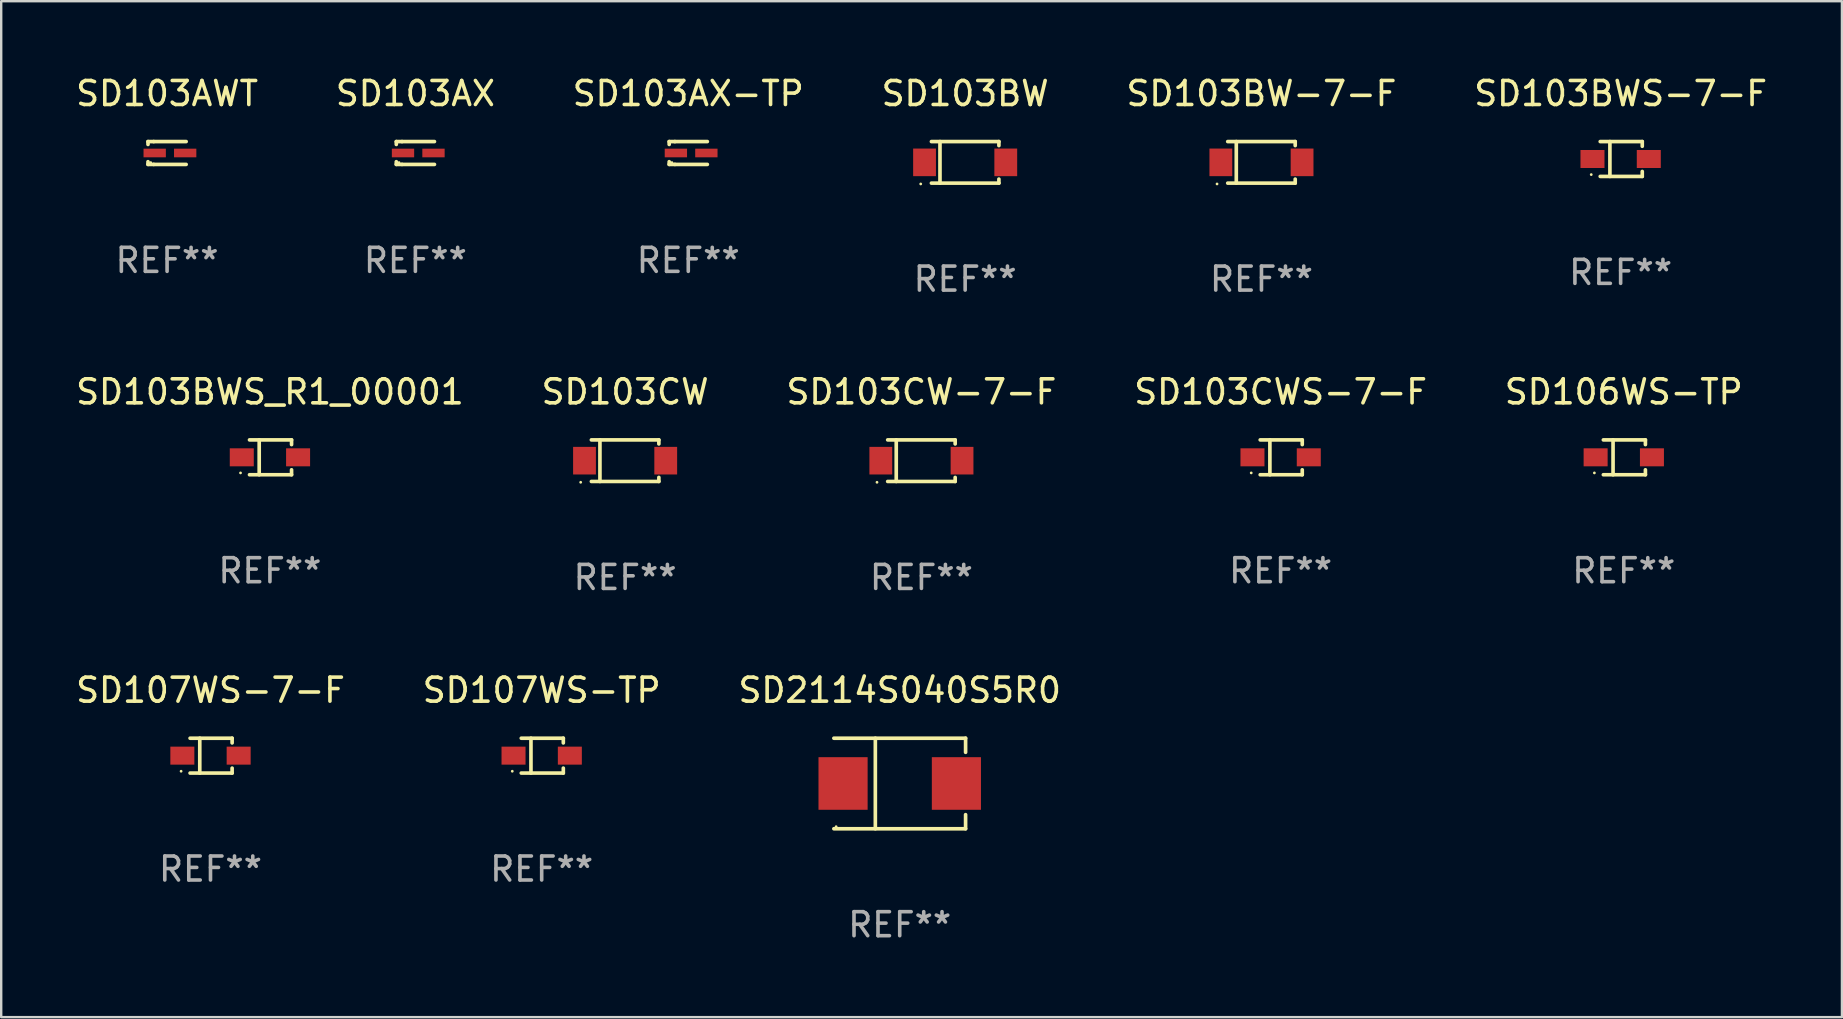
<source format=kicad_pcb>
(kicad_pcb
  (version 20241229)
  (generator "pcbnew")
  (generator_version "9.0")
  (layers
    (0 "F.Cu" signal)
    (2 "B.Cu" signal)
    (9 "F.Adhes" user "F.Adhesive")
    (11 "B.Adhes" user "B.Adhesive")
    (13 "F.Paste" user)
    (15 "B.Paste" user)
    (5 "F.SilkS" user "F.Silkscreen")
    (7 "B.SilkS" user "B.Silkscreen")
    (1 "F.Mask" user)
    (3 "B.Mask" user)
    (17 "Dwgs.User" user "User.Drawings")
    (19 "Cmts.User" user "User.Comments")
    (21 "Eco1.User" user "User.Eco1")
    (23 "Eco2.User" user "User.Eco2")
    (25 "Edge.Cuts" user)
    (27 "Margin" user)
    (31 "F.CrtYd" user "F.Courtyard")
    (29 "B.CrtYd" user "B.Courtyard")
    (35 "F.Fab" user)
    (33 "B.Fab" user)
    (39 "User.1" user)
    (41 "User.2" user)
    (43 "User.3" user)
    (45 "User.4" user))
  (footprint "SD107WS-TP"
    (layer "F.Cu")
    (at 19.518 28.432)
    (property "Reference" "SD107WS-TP" (at 0 -2.726 0) (layer "F.SilkS") (effects (font (size 1 1) (thickness 0.15))))
    (attr through_hole)
    (fp_line (start -0.851 -0.726) (end 0.901 -0.726) (stroke (width 0.152) (type solid)) (layer "F.SilkS"))
    (fp_line (start -0.851 0.726) (end 0.901 0.726) (stroke (width 0.152) (type solid)) (layer "F.SilkS"))
    (fp_line (start -0.447 -0.726) (end -0.447 0.726) (stroke (width 0.152) (type solid)) (layer "F.SilkS"))
    (fp_line (start 0.901 -0.726) (end 0.901 -0.53) (stroke (width 0.152) (type solid)) (layer "F.SilkS"))
    (fp_line (start 0.901 0.726) (end 0.901 0.52) (stroke (width 0.152) (type solid)) (layer "F.SilkS"))
    (fp_circle (center -1.225 0.65) (end -1.195 0.65) (stroke (width 0.06) (type solid)) (fill no) (layer "F.SilkS"))
    (fp_text user "REF**" (at 0 4.726 0) (layer "F.Fab") (effects (font (size 1 1) (thickness 0.15))))
    (pad "1" smd rect (at -1.173 0) (size 1 0.75) (layers "F.Cu" "F.Mask" "F.Paste"))
    (pad "2" smd rect (at 1.173 0) (size 1 0.75) (layers "F.Cu" "F.Mask" "F.Paste")))
  (footprint "SD103BWS-7-F"
    (layer "F.Cu")
    (at 64.47 3.574)
    (property "Reference" "SD103BWS-7-F" (at 0 -2.726 0) (layer "F.SilkS") (effects (font (size 1 1) (thickness 0.15))))
    (attr through_hole)
    (fp_line (start -0.851 -0.726) (end 0.901 -0.726) (stroke (width 0.152) (type solid)) (layer "F.SilkS"))
    (fp_line (start -0.851 0.726) (end 0.901 0.726) (stroke (width 0.152) (type solid)) (layer "F.SilkS"))
    (fp_line (start -0.447 -0.726) (end -0.447 0.726) (stroke (width 0.152) (type solid)) (layer "F.SilkS"))
    (fp_line (start 0.901 -0.726) (end 0.901 -0.53) (stroke (width 0.152) (type solid)) (layer "F.SilkS"))
    (fp_line (start 0.901 0.726) (end 0.901 0.52) (stroke (width 0.152) (type solid)) (layer "F.SilkS"))
    (fp_circle (center -1.225 0.65) (end -1.195 0.65) (stroke (width 0.06) (type solid)) (fill no) (layer "F.SilkS"))
    (fp_text user "REF**" (at 0 4.726 0) (layer "F.Fab") (effects (font (size 1 1) (thickness 0.15))))
    (pad "1" smd rect (at -1.173 0) (size 1 0.75) (layers "F.Cu" "F.Mask" "F.Paste"))
    (pad "2" smd rect (at 1.173 0) (size 1 0.75) (layers "F.Cu" "F.Mask" "F.Paste")))
  (footprint "SD103AWT"
    (layer "F.Cu")
    (at 3.911 3.324)
    (property "Reference" "SD103AWT" (at 0 -2.476 0) (layer "F.SilkS") (effects (font (size 1 1) (thickness 0.15))))
    (attr through_hole)
    (fp_line (start -0.795 -0.476) (end -0.795 -0.356) (stroke (width 0.152) (type solid)) (layer "F.SilkS"))
    (fp_line (start -0.795 0.363) (end -0.795 0.476) (stroke (width 0.152) (type solid)) (layer "F.SilkS"))
    (fp_line (start -0.795 0.476) (end -0.557 0.476) (stroke (width 0.152) (type solid)) (layer "F.SilkS"))
    (fp_line (start -0.557 -0.476) (end -0.795 -0.476) (stroke (width 0.152) (type solid)) (layer "F.SilkS"))
    (fp_line (start -0.557 -0.476) (end 0.795 -0.476) (stroke (width 0.152) (type solid)) (layer "F.SilkS"))
    (fp_line (start -0.557 0.476) (end 0.795 0.476) (stroke (width 0.152) (type solid)) (layer "F.SilkS"))
    (fp_circle (center -0.681 0.4) (end -0.651 0.4) (stroke (width 0.06) (type solid)) (fill no) (layer "F.SilkS"))
    (fp_text user "REF**" (at 0 4.476 0) (layer "F.Fab") (effects (font (size 1 1) (thickness 0.15))))
    (pad "1" smd rect (at -0.516 0 180) (size 0.93 0.36) (layers "F.Cu" "F.Mask" "F.Paste"))
    (pad "2" smd rect (at 0.754 0 180) (size 0.93 0.36) (layers "F.Cu" "F.Mask" "F.Paste")))
  (footprint "SD103CW-7-F"
    (layer "F.Cu")
    (at 35.339 16.143)
    (property "Reference" "SD103CW-7-F" (at 0 -2.866 0) (layer "F.SilkS") (effects (font (size 1 1) (thickness 0.15))))
    (attr through_hole)
    (fp_line (start -1.406 -0.866) (end 1.406 -0.866) (stroke (width 0.152) (type solid)) (layer "F.SilkS"))
    (fp_line (start -1.406 0.866) (end 1.406 0.866) (stroke (width 0.152) (type solid)) (layer "F.SilkS"))
    (fp_line (start -1.049 -0.866) (end -1.049 0.866) (stroke (width 0.152) (type solid)) (layer "F.SilkS"))
    (fp_line (start 1.406 -0.866) (end 1.406 -0.698) (stroke (width 0.152) (type solid)) (layer "F.SilkS"))
    (fp_line (start 1.406 0.866) (end 1.406 0.698) (stroke (width 0.152) (type solid)) (layer "F.SilkS"))
    (fp_circle (center -1.851 0.9) (end -1.821 0.9) (stroke (width 0.06) (type solid)) (fill no) (layer "F.SilkS"))
    (fp_text user "REF**" (at 0 4.866 0) (layer "F.Fab") (effects (font (size 1 1) (thickness 0.15))))
    (pad "1" smd rect (at -1.692 0) (size 0.95 1.15) (layers "F.Cu" "F.Mask" "F.Paste"))
    (pad "2" smd rect (at 1.692 0) (size 0.95 1.15) (layers "F.Cu" "F.Mask" "F.Paste")))
  (footprint "SD103CW"
    (layer "F.Cu")
    (at 22.994 16.143)
    (property "Reference" "SD103CW" (at 0 -2.866 0) (layer "F.SilkS") (effects (font (size 1 1) (thickness 0.15))))
    (attr through_hole)
    (fp_line (start -1.406 -0.866) (end 1.406 -0.866) (stroke (width 0.152) (type solid)) (layer "F.SilkS"))
    (fp_line (start -1.406 0.866) (end 1.406 0.866) (stroke (width 0.152) (type solid)) (layer "F.SilkS"))
    (fp_line (start -1.049 -0.866) (end -1.049 0.866) (stroke (width 0.152) (type solid)) (layer "F.SilkS"))
    (fp_line (start 1.406 -0.866) (end 1.406 -0.698) (stroke (width 0.152) (type solid)) (layer "F.SilkS"))
    (fp_line (start 1.406 0.866) (end 1.406 0.698) (stroke (width 0.152) (type solid)) (layer "F.SilkS"))
    (fp_circle (center -1.851 0.9) (end -1.821 0.9) (stroke (width 0.06) (type solid)) (fill no) (layer "F.SilkS"))
    (fp_text user "REF**" (at 0 4.866 0) (layer "F.Fab") (effects (font (size 1 1) (thickness 0.15))))
    (pad "1" smd rect (at -1.692 0) (size 0.95 1.15) (layers "F.Cu" "F.Mask" "F.Paste"))
    (pad "2" smd rect (at 1.692 0) (size 0.95 1.15) (layers "F.Cu" "F.Mask" "F.Paste")))
  (footprint "SD103BW-7-F"
    (layer "F.Cu")
    (at 49.506 3.714)
    (property "Reference" "SD103BW-7-F" (at 0 -2.866 0) (layer "F.SilkS") (effects (font (size 1 1) (thickness 0.15))))
    (attr through_hole)
    (fp_line (start -1.406 -0.866) (end 1.406 -0.866) (stroke (width 0.152) (type solid)) (layer "F.SilkS"))
    (fp_line (start -1.406 0.866) (end 1.406 0.866) (stroke (width 0.152) (type solid)) (layer "F.SilkS"))
    (fp_line (start -1.049 -0.866) (end -1.049 0.866) (stroke (width 0.152) (type solid)) (layer "F.SilkS"))
    (fp_line (start 1.406 -0.866) (end 1.406 -0.698) (stroke (width 0.152) (type solid)) (layer "F.SilkS"))
    (fp_line (start 1.406 0.866) (end 1.406 0.698) (stroke (width 0.152) (type solid)) (layer "F.SilkS"))
    (fp_circle (center -1.851 0.9) (end -1.821 0.9) (stroke (width 0.06) (type solid)) (fill no) (layer "F.SilkS"))
    (fp_text user "REF**" (at 0 4.866 0) (layer "F.Fab") (effects (font (size 1 1) (thickness 0.15))))
    (pad "1" smd rect (at -1.692 0) (size 0.95 1.15) (layers "F.Cu" "F.Mask" "F.Paste"))
    (pad "2" smd rect (at 1.692 0) (size 0.95 1.15) (layers "F.Cu" "F.Mask" "F.Paste")))
  (footprint "SD106WS-TP"
    (layer "F.Cu")
    (at 64.601 16.003)
    (property "Reference" "SD106WS-TP" (at 0 -2.726 0) (layer "F.SilkS") (effects (font (size 1 1) (thickness 0.15))))
    (attr through_hole)
    (fp_line (start -0.851 -0.726) (end 0.901 -0.726) (stroke (width 0.152) (type solid)) (layer "F.SilkS"))
    (fp_line (start -0.851 0.726) (end 0.901 0.726) (stroke (width 0.152) (type solid)) (layer "F.SilkS"))
    (fp_line (start -0.447 -0.726) (end -0.447 0.726) (stroke (width 0.152) (type solid)) (layer "F.SilkS"))
    (fp_line (start 0.901 -0.726) (end 0.901 -0.53) (stroke (width 0.152) (type solid)) (layer "F.SilkS"))
    (fp_line (start 0.901 0.726) (end 0.901 0.52) (stroke (width 0.152) (type solid)) (layer "F.SilkS"))
    (fp_circle (center -1.225 0.65) (end -1.195 0.65) (stroke (width 0.06) (type solid)) (fill no) (layer "F.SilkS"))
    (fp_text user "REF**" (at 0 4.726 0) (layer "F.Fab") (effects (font (size 1 1) (thickness 0.15))))
    (pad "1" smd rect (at -1.173 0) (size 1 0.75) (layers "F.Cu" "F.Mask" "F.Paste"))
    (pad "2" smd rect (at 1.173 0) (size 1 0.75) (layers "F.Cu" "F.Mask" "F.Paste")))
  (footprint "SD103BW"
    (layer "F.Cu")
    (at 37.161 3.714)
    (property "Reference" "SD103BW" (at 0 -2.866 0) (layer "F.SilkS") (effects (font (size 1 1) (thickness 0.15))))
    (attr through_hole)
    (fp_line (start -1.406 -0.866) (end 1.406 -0.866) (stroke (width 0.152) (type solid)) (layer "F.SilkS"))
    (fp_line (start -1.406 0.866) (end 1.406 0.866) (stroke (width 0.152) (type solid)) (layer "F.SilkS"))
    (fp_line (start -1.049 -0.866) (end -1.049 0.866) (stroke (width 0.152) (type solid)) (layer "F.SilkS"))
    (fp_line (start 1.406 -0.866) (end 1.406 -0.698) (stroke (width 0.152) (type solid)) (layer "F.SilkS"))
    (fp_line (start 1.406 0.866) (end 1.406 0.698) (stroke (width 0.152) (type solid)) (layer "F.SilkS"))
    (fp_circle (center -1.851 0.9) (end -1.821 0.9) (stroke (width 0.06) (type solid)) (fill no) (layer "F.SilkS"))
    (fp_text user "REF**" (at 0 4.866 0) (layer "F.Fab") (effects (font (size 1 1) (thickness 0.15))))
    (pad "1" smd rect (at -1.692 0) (size 0.95 1.15) (layers "F.Cu" "F.Mask" "F.Paste"))
    (pad "2" smd rect (at 1.692 0) (size 0.95 1.15) (layers "F.Cu" "F.Mask" "F.Paste")))
  (footprint "SD103BWS_R1_00001"
    (layer "F.Cu")
    (at 8.196 16.003)
    (property "Reference" "SD103BWS_R1_00001" (at 0 -2.726 0) (layer "F.SilkS") (effects (font (size 1 1) (thickness 0.15))))
    (attr through_hole)
    (fp_line (start -0.851 -0.726) (end 0.901 -0.726) (stroke (width 0.152) (type solid)) (layer "F.SilkS"))
    (fp_line (start -0.851 0.726) (end 0.901 0.726) (stroke (width 0.152) (type solid)) (layer "F.SilkS"))
    (fp_line (start -0.447 -0.726) (end -0.447 0.726) (stroke (width 0.152) (type solid)) (layer "F.SilkS"))
    (fp_line (start 0.901 -0.726) (end 0.901 -0.53) (stroke (width 0.152) (type solid)) (layer "F.SilkS"))
    (fp_line (start 0.901 0.726) (end 0.901 0.52) (stroke (width 0.152) (type solid)) (layer "F.SilkS"))
    (fp_circle (center -1.225 0.65) (end -1.195 0.65) (stroke (width 0.06) (type solid)) (fill no) (layer "F.SilkS"))
    (fp_text user "REF**" (at 0 4.726 0) (layer "F.Fab") (effects (font (size 1 1) (thickness 0.15))))
    (pad "1" smd rect (at -1.173 0) (size 1 0.75) (layers "F.Cu" "F.Mask" "F.Paste"))
    (pad "2" smd rect (at 1.173 0) (size 1 0.75) (layers "F.Cu" "F.Mask" "F.Paste")))
  (footprint "SD103AX"
    (layer "F.Cu")
    (at 14.256 3.324)
    (property "Reference" "SD103AX" (at 0 -2.476 0) (layer "F.SilkS") (effects (font (size 1 1) (thickness 0.15))))
    (attr through_hole)
    (fp_line (start -0.795 -0.476) (end -0.795 -0.356) (stroke (width 0.152) (type solid)) (layer "F.SilkS"))
    (fp_line (start -0.795 0.363) (end -0.795 0.476) (stroke (width 0.152) (type solid)) (layer "F.SilkS"))
    (fp_line (start -0.795 0.476) (end -0.557 0.476) (stroke (width 0.152) (type solid)) (layer "F.SilkS"))
    (fp_line (start -0.557 -0.476) (end -0.795 -0.476) (stroke (width 0.152) (type solid)) (layer "F.SilkS"))
    (fp_line (start -0.557 -0.476) (end 0.795 -0.476) (stroke (width 0.152) (type solid)) (layer "F.SilkS"))
    (fp_line (start -0.557 0.476) (end 0.795 0.476) (stroke (width 0.152) (type solid)) (layer "F.SilkS"))
    (fp_circle (center -0.681 0.4) (end -0.651 0.4) (stroke (width 0.06) (type solid)) (fill no) (layer "F.SilkS"))
    (fp_text user "REF**" (at 0 4.476 0) (layer "F.Fab") (effects (font (size 1 1) (thickness 0.15))))
    (pad "1" smd rect (at -0.516 0 180) (size 0.93 0.36) (layers "F.Cu" "F.Mask" "F.Paste"))
    (pad "2" smd rect (at 0.754 0 180) (size 0.93 0.36) (layers "F.Cu" "F.Mask" "F.Paste")))
  (footprint "SD2114S040S5R0"
    (layer "F.Cu")
    (at 34.435 29.592)
    (property "Reference" "SD2114S040S5R0" (at 0 -3.886 0) (layer "F.SilkS") (effects (font (size 1 1) (thickness 0.15))))
    (attr through_hole)
    (fp_line (start -2.744 -1.886) (end 2.744 -1.886) (stroke (width 0.152) (type solid)) (layer "F.SilkS"))
    (fp_line (start -2.744 1.886) (end 2.744 1.886) (stroke (width 0.152) (type solid)) (layer "F.SilkS"))
    (fp_line (start -1.016 -1.886) (end -1.016 1.886) (stroke (width 0.152) (type solid)) (layer "F.SilkS"))
    (fp_line (start 2.744 -1.886) (end 2.744 -1.299) (stroke (width 0.152) (type solid)) (layer "F.SilkS"))
    (fp_line (start 2.744 1.886) (end 2.744 1.299) (stroke (width 0.152) (type solid)) (layer "F.SilkS"))
    (fp_circle (center -2.65 1.8) (end -2.62 1.8) (stroke (width 0.06) (type solid)) (fill no) (layer "F.SilkS"))
    (fp_text user "REF**" (at 0 5.886 0) (layer "F.Fab") (effects (font (size 1 1) (thickness 0.15))))
    (pad "1" smd rect (at -2.361 0) (size 2.047 2.192) (layers "F.Cu" "F.Mask" "F.Paste"))
    (pad "2" smd rect (at 2.361 0) (size 2.047 2.192) (layers "F.Cu" "F.Mask" "F.Paste")))
  (footprint "SD103AX-TP"
    (layer "F.Cu")
    (at 25.625 3.324)
    (property "Reference" "SD103AX-TP" (at 0 -2.476 0) (layer "F.SilkS") (effects (font (size 1 1) (thickness 0.15))))
    (attr through_hole)
    (fp_line (start -0.795 -0.476) (end -0.795 -0.356) (stroke (width 0.152) (type solid)) (layer "F.SilkS"))
    (fp_line (start -0.795 0.363) (end -0.795 0.476) (stroke (width 0.152) (type solid)) (layer "F.SilkS"))
    (fp_line (start -0.795 0.476) (end -0.557 0.476) (stroke (width 0.152) (type solid)) (layer "F.SilkS"))
    (fp_line (start -0.557 -0.476) (end -0.795 -0.476) (stroke (width 0.152) (type solid)) (layer "F.SilkS"))
    (fp_line (start -0.557 -0.476) (end 0.795 -0.476) (stroke (width 0.152) (type solid)) (layer "F.SilkS"))
    (fp_line (start -0.557 0.476) (end 0.795 0.476) (stroke (width 0.152) (type solid)) (layer "F.SilkS"))
    (fp_circle (center -0.681 0.4) (end -0.651 0.4) (stroke (width 0.06) (type solid)) (fill no) (layer "F.SilkS"))
    (fp_text user "REF**" (at 0 4.476 0) (layer "F.Fab") (effects (font (size 1 1) (thickness 0.15))))
    (pad "1" smd rect (at -0.516 0 180) (size 0.93 0.36) (layers "F.Cu" "F.Mask" "F.Paste"))
    (pad "2" smd rect (at 0.754 0 180) (size 0.93 0.36) (layers "F.Cu" "F.Mask" "F.Paste")))
  (footprint "SD103CWS-7-F"
    (layer "F.Cu")
    (at 50.304 16.003)
    (property "Reference" "SD103CWS-7-F" (at 0 -2.726 0) (layer "F.SilkS") (effects (font (size 1 1) (thickness 0.15))))
    (attr through_hole)
    (fp_line (start -0.851 -0.726) (end 0.901 -0.726) (stroke (width 0.152) (type solid)) (layer "F.SilkS"))
    (fp_line (start -0.851 0.726) (end 0.901 0.726) (stroke (width 0.152) (type solid)) (layer "F.SilkS"))
    (fp_line (start -0.447 -0.726) (end -0.447 0.726) (stroke (width 0.152) (type solid)) (layer "F.SilkS"))
    (fp_line (start 0.901 -0.726) (end 0.901 -0.53) (stroke (width 0.152) (type solid)) (layer "F.SilkS"))
    (fp_line (start 0.901 0.726) (end 0.901 0.52) (stroke (width 0.152) (type solid)) (layer "F.SilkS"))
    (fp_circle (center -1.225 0.65) (end -1.195 0.65) (stroke (width 0.06) (type solid)) (fill no) (layer "F.SilkS"))
    (fp_text user "REF**" (at 0 4.726 0) (layer "F.Fab") (effects (font (size 1 1) (thickness 0.15))))
    (pad "1" smd rect (at -1.173 0) (size 1 0.75) (layers "F.Cu" "F.Mask" "F.Paste"))
    (pad "2" smd rect (at 1.173 0) (size 1 0.75) (layers "F.Cu" "F.Mask" "F.Paste")))
  (footprint "SD107WS-7-F"
    (layer "F.Cu")
    (at 5.72 28.432)
    (property "Reference" "SD107WS-7-F" (at 0 -2.726 0) (layer "F.SilkS") (effects (font (size 1 1) (thickness 0.15))))
    (attr through_hole)
    (fp_line (start -0.851 -0.726) (end 0.901 -0.726) (stroke (width 0.152) (type solid)) (layer "F.SilkS"))
    (fp_line (start -0.851 0.726) (end 0.901 0.726) (stroke (width 0.152) (type solid)) (layer "F.SilkS"))
    (fp_line (start -0.447 -0.726) (end -0.447 0.726) (stroke (width 0.152) (type solid)) (layer "F.SilkS"))
    (fp_line (start 0.901 -0.726) (end 0.901 -0.53) (stroke (width 0.152) (type solid)) (layer "F.SilkS"))
    (fp_line (start 0.901 0.726) (end 0.901 0.52) (stroke (width 0.152) (type solid)) (layer "F.SilkS"))
    (fp_circle (center -1.225 0.65) (end -1.195 0.65) (stroke (width 0.06) (type solid)) (fill no) (layer "F.SilkS"))
    (fp_text user "REF**" (at 0 4.726 0) (layer "F.Fab") (effects (font (size 1 1) (thickness 0.15))))
    (pad "1" smd rect (at -1.173 0) (size 1 0.75) (layers "F.Cu" "F.Mask" "F.Paste"))
    (pad "2" smd rect (at 1.173 0) (size 1 0.75) (layers "F.Cu" "F.Mask" "F.Paste")))
  (gr_rect
    (start -3 -3)
    (end 73.69 39.327)
    (stroke (width 0.1) (type default))
    (fill no)
    (layer "Edge.Cuts")))
</source>
